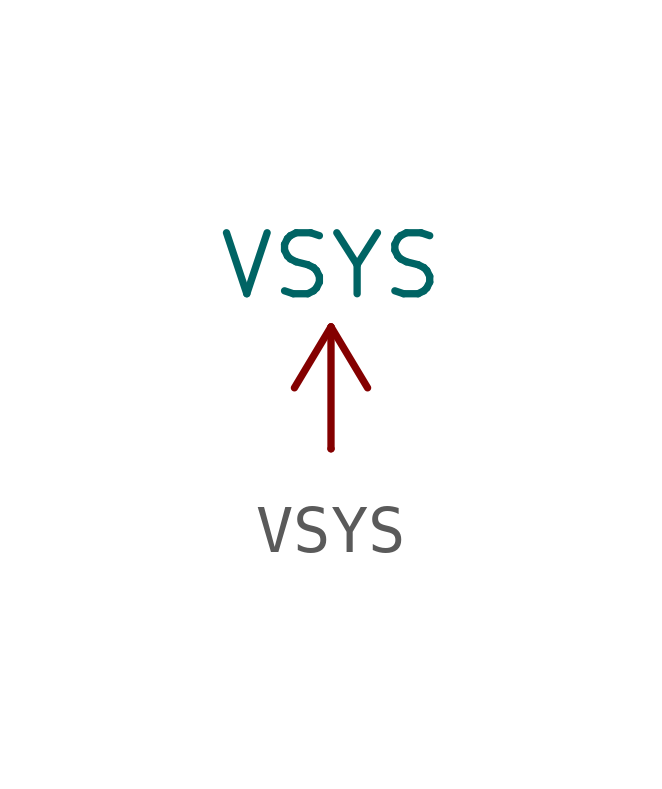
<source format=kicad_sym>
(kicad_symbol_lib
  (version 20231120)
  (generator "kicad_symbol_editor")
  (generator_version "8.0")
  (symbol "VSYS"
    (power)
    (pin_numbers hide)
    (pin_names
      (offset 0) hide)
    (property "Reference" "#PWR"
      (at 0 0 0)
      (effects (font (size 1.27 1.27)) (hide yes)))
    (property "Value" "VSYS"
      (at 0 3.81 0)
      (effects (font (size 1.27 1.27))))
    (symbol "VSYS_0_1"
      (polyline (pts (xy -0.762 1.27) (xy 0 2.54)) (stroke (width 0) (type default)) (fill (type none)))
      (polyline (pts (xy 0 0) (xy 0 2.54)) (stroke (width 0) (type default)) (fill (type none)))
      (polyline (pts (xy 0 2.54) (xy 0.762 1.27)) (stroke (width 0) (type default)) (fill (type none))))
    (symbol "VSYS_1_1"
      (pin power_in line (at 0 0 90) (length 0) (name "~" (effects (font (size 1.27 1.27)))) (number "1" (effects (font (size 1.27 1.27))))))))
</source>
